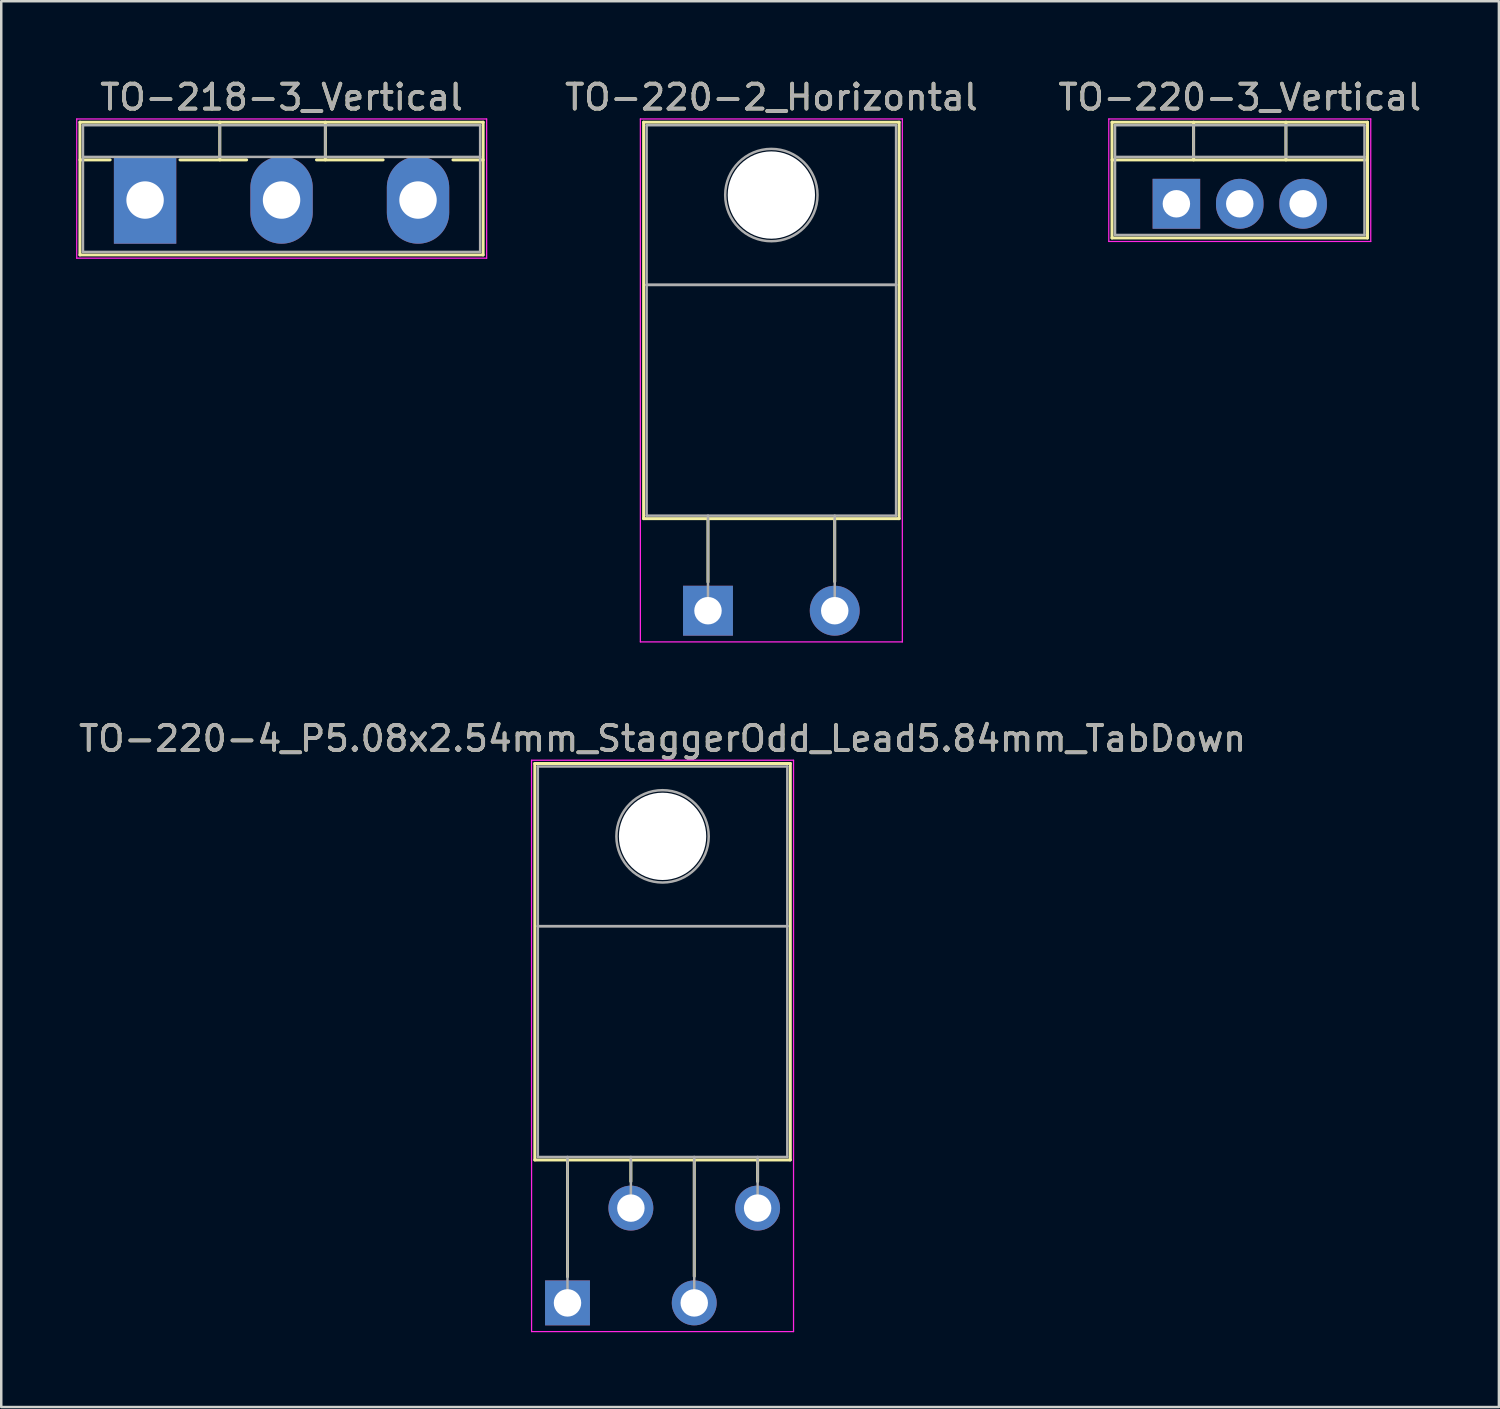
<source format=kicad_pcb>
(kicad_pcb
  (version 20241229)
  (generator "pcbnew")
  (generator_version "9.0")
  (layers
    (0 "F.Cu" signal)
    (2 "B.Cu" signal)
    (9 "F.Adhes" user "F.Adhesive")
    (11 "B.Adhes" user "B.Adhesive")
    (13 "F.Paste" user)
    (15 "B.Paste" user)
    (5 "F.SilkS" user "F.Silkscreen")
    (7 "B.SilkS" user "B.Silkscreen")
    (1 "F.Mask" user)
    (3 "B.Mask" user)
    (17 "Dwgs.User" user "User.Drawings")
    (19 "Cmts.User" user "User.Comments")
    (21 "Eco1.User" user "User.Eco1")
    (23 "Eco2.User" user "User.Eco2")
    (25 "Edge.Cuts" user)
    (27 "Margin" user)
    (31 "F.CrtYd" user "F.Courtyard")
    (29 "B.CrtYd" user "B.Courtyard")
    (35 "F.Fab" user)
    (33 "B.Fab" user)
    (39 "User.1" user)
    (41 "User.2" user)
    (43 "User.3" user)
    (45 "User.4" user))
  (footprint "TO-220-2_Horizontal"
    (layer "F.Cu")
    (at 25.327 21.428)
    (property "Reference" "TO-220-2_Horizontal" (at 2.54 -20.58 0) (layer "F.SilkS") (effects (font (size 1 1) (thickness 0.15))))
    (attr through_hole)
    (fp_line (start -2.58 -19.58) (end -2.58 -3.69) (stroke (width 0.12) (type solid)) (layer "F.SilkS"))
    (fp_line (start -2.58 -19.58) (end 7.66 -19.58) (stroke (width 0.12) (type solid)) (layer "F.SilkS"))
    (fp_line (start -2.58 -3.69) (end 7.66 -3.69) (stroke (width 0.12) (type solid)) (layer "F.SilkS"))
    (fp_line (start 0 -3.69) (end 0 -1.15) (stroke (width 0.12) (type solid)) (layer "F.SilkS"))
    (fp_line (start 5.08 -3.69) (end 5.08 -1.165) (stroke (width 0.12) (type solid)) (layer "F.SilkS"))
    (fp_line (start 7.66 -19.58) (end 7.66 -3.69) (stroke (width 0.12) (type solid)) (layer "F.SilkS"))
    (fp_line (start -2.71 -19.71) (end -2.71 1.25) (stroke (width 0.05) (type solid)) (layer "F.CrtYd"))
    (fp_line (start -2.71 1.25) (end 7.79 1.25) (stroke (width 0.05) (type solid)) (layer "F.CrtYd"))
    (fp_line (start 7.79 -19.71) (end -2.71 -19.71) (stroke (width 0.05) (type solid)) (layer "F.CrtYd"))
    (fp_line (start 7.79 1.25) (end 7.79 -19.71) (stroke (width 0.05) (type solid)) (layer "F.CrtYd"))
    (fp_line (start -2.46 -19.46) (end 7.54 -19.46) (stroke (width 0.1) (type solid)) (layer "F.Fab"))
    (fp_line (start -2.46 -13.06) (end -2.46 -19.46) (stroke (width 0.1) (type solid)) (layer "F.Fab"))
    (fp_line (start -2.46 -13.06) (end 7.54 -13.06) (stroke (width 0.1) (type solid)) (layer "F.Fab"))
    (fp_line (start -2.46 -3.81) (end -2.46 -13.06) (stroke (width 0.1) (type solid)) (layer "F.Fab"))
    (fp_line (start 0 -3.81) (end 0 0) (stroke (width 0.1) (type solid)) (layer "F.Fab"))
    (fp_line (start 5.08 -3.81) (end 5.08 0) (stroke (width 0.1) (type solid)) (layer "F.Fab"))
    (fp_line (start 7.54 -19.46) (end 7.54 -13.06) (stroke (width 0.1) (type solid)) (layer "F.Fab"))
    (fp_line (start 7.54 -13.06) (end -2.46 -13.06) (stroke (width 0.1) (type solid)) (layer "F.Fab"))
    (fp_line (start 7.54 -13.06) (end 7.54 -3.81) (stroke (width 0.1) (type solid)) (layer "F.Fab"))
    (fp_line (start 7.54 -3.81) (end -2.46 -3.81) (stroke (width 0.1) (type solid)) (layer "F.Fab"))
    (fp_circle (center 2.54 -16.66) (end 4.39 -16.66) (stroke (width 0.1) (type solid)) (fill no) (layer "F.Fab"))
    (fp_text user "${REFERENCE}" (at 2.54 -20.58 0) (layer "F.Fab") (effects (font (size 1 1) (thickness 0.15))))
    (pad "" np_thru_hole oval (at 2.54 -16.66) (size 3.5 3.5) (drill 3.5) (layers "*.Cu" "*.Mask"))
    (pad "1" thru_hole rect (at 0 0) (size 2 2) (drill 1.1) (layers "*.Cu" "*.Mask"))
    (pad "2" thru_hole oval (at 5.08 0) (size 2 2) (drill 1.1) (layers "*.Cu" "*.Mask")))
  (footprint "TO-218-3_Vertical"
    (layer "F.Cu")
    (at 2.765 4.968)
    (property "Reference" "TO-218-3_Vertical" (at 5.47 -4.12 0) (layer "F.SilkS") (effects (font (size 1 1) (thickness 0.15))))
    (attr through_hole)
    (fp_line (start -2.611 -3.12) (end -2.611 2.2) (stroke (width 0.12) (type solid)) (layer "F.SilkS"))
    (fp_line (start -2.611 -3.12) (end 13.55 -3.12) (stroke (width 0.12) (type solid)) (layer "F.SilkS"))
    (fp_line (start -2.611 -1.61) (end -1.4 -1.61) (stroke (width 0.12) (type solid)) (layer "F.SilkS"))
    (fp_line (start -2.611 2.2) (end 13.55 2.2) (stroke (width 0.12) (type solid)) (layer "F.SilkS"))
    (fp_line (start 1.4 -1.61) (end 4.07 -1.61) (stroke (width 0.12) (type solid)) (layer "F.SilkS"))
    (fp_line (start 2.995 -3.12) (end 2.995 -1.61) (stroke (width 0.12) (type solid)) (layer "F.SilkS"))
    (fp_line (start 6.87 -1.61) (end 9.54 -1.61) (stroke (width 0.12) (type solid)) (layer "F.SilkS"))
    (fp_line (start 7.225 -3.12) (end 7.225 -1.61) (stroke (width 0.12) (type solid)) (layer "F.SilkS"))
    (fp_line (start 12.34 -1.61) (end 13.55 -1.61) (stroke (width 0.12) (type solid)) (layer "F.SilkS"))
    (fp_line (start 13.55 -3.12) (end 13.55 2.2) (stroke (width 0.12) (type solid)) (layer "F.SilkS"))
    (fp_line (start -2.74 -3.25) (end -2.74 2.33) (stroke (width 0.05) (type solid)) (layer "F.CrtYd"))
    (fp_line (start -2.74 2.33) (end 13.69 2.33) (stroke (width 0.05) (type solid)) (layer "F.CrtYd"))
    (fp_line (start 13.69 -3.25) (end -2.74 -3.25) (stroke (width 0.05) (type solid)) (layer "F.CrtYd"))
    (fp_line (start 13.69 2.33) (end 13.69 -3.25) (stroke (width 0.05) (type solid)) (layer "F.CrtYd"))
    (fp_line (start -2.49 -3) (end -2.49 2.08) (stroke (width 0.1) (type solid)) (layer "F.Fab"))
    (fp_line (start -2.49 -1.73) (end 13.43 -1.73) (stroke (width 0.1) (type solid)) (layer "F.Fab"))
    (fp_line (start -2.49 2.08) (end 13.43 2.08) (stroke (width 0.1) (type solid)) (layer "F.Fab"))
    (fp_line (start 2.995 -3) (end 2.995 -1.73) (stroke (width 0.1) (type solid)) (layer "F.Fab"))
    (fp_line (start 7.225 -3) (end 7.225 -1.73) (stroke (width 0.1) (type solid)) (layer "F.Fab"))
    (fp_line (start 13.43 -3) (end -2.49 -3) (stroke (width 0.1) (type solid)) (layer "F.Fab"))
    (fp_line (start 13.43 2.08) (end 13.43 -3) (stroke (width 0.1) (type solid)) (layer "F.Fab"))
    (fp_text user "${REFERENCE}" (at 5.47 -4.12 0) (layer "F.Fab") (effects (font (size 1 1) (thickness 0.15))))
    (pad "1" thru_hole rect (at 0 0) (size 2.5 3.5) (drill 1.5) (layers "*.Cu" "*.Mask"))
    (pad "2" thru_hole oval (at 5.47 0) (size 2.5 3.5) (drill 1.5) (layers "*.Cu" "*.Mask"))
    (pad "3" thru_hole oval (at 10.94 0) (size 2.5 3.5) (drill 1.5) (layers "*.Cu" "*.Mask")))
  (footprint "TO-220-4_P5.08x2.54mm_StaggerOdd_Lead5.84mm_TabDown"
    (layer "F.Cu")
    (at 19.696 49.172)
    (property "Reference" "TO-220-4_P5.08x2.54mm_StaggerOdd_Lead5.84mm_TabDown" (at 3.81 -22.62 0) (layer "F.SilkS") (effects (font (size 1 1) (thickness 0.15))))
    (attr through_hole)
    (fp_line (start -1.31 -21.62) (end -1.31 -5.73) (stroke (width 0.12) (type solid)) (layer "F.SilkS"))
    (fp_line (start -1.31 -21.62) (end 8.93 -21.62) (stroke (width 0.12) (type solid)) (layer "F.SilkS"))
    (fp_line (start -1.31 -5.73) (end 8.93 -5.73) (stroke (width 0.12) (type solid)) (layer "F.SilkS"))
    (fp_line (start 0 -5.73) (end 0 -1.05) (stroke (width 0.12) (type solid)) (layer "F.SilkS"))
    (fp_line (start 2.54 -5.73) (end 2.54 -4.866) (stroke (width 0.12) (type solid)) (layer "F.SilkS"))
    (fp_line (start 5.08 -5.73) (end 5.08 -1.065) (stroke (width 0.12) (type solid)) (layer "F.SilkS"))
    (fp_line (start 7.62 -5.73) (end 7.62 -4.866) (stroke (width 0.12) (type solid)) (layer "F.SilkS"))
    (fp_line (start 8.93 -21.62) (end 8.93 -5.73) (stroke (width 0.12) (type solid)) (layer "F.SilkS"))
    (fp_line (start -1.44 -21.75) (end -1.44 1.15) (stroke (width 0.05) (type solid)) (layer "F.CrtYd"))
    (fp_line (start -1.44 1.15) (end 9.06 1.15) (stroke (width 0.05) (type solid)) (layer "F.CrtYd"))
    (fp_line (start 9.06 -21.75) (end -1.44 -21.75) (stroke (width 0.05) (type solid)) (layer "F.CrtYd"))
    (fp_line (start 9.06 1.15) (end 9.06 -21.75) (stroke (width 0.05) (type solid)) (layer "F.CrtYd"))
    (fp_line (start -1.19 -21.5) (end 8.81 -21.5) (stroke (width 0.1) (type solid)) (layer "F.Fab"))
    (fp_line (start -1.19 -15.1) (end -1.19 -21.5) (stroke (width 0.1) (type solid)) (layer "F.Fab"))
    (fp_line (start -1.19 -15.1) (end 8.81 -15.1) (stroke (width 0.1) (type solid)) (layer "F.Fab"))
    (fp_line (start -1.19 -5.85) (end -1.19 -15.1) (stroke (width 0.1) (type solid)) (layer "F.Fab"))
    (fp_line (start 0 -5.85) (end 0 0) (stroke (width 0.1) (type solid)) (layer "F.Fab"))
    (fp_line (start 2.54 -5.85) (end 2.54 -3.8) (stroke (width 0.1) (type solid)) (layer "F.Fab"))
    (fp_line (start 5.08 -5.85) (end 5.08 0) (stroke (width 0.1) (type solid)) (layer "F.Fab"))
    (fp_line (start 7.62 -5.85) (end 7.62 -3.8) (stroke (width 0.1) (type solid)) (layer "F.Fab"))
    (fp_line (start 8.81 -21.5) (end 8.81 -15.1) (stroke (width 0.1) (type solid)) (layer "F.Fab"))
    (fp_line (start 8.81 -15.1) (end -1.19 -15.1) (stroke (width 0.1) (type solid)) (layer "F.Fab"))
    (fp_line (start 8.81 -15.1) (end 8.81 -5.85) (stroke (width 0.1) (type solid)) (layer "F.Fab"))
    (fp_line (start 8.81 -5.85) (end -1.19 -5.85) (stroke (width 0.1) (type solid)) (layer "F.Fab"))
    (fp_circle (center 3.81 -18.7) (end 5.66 -18.7) (stroke (width 0.1) (type solid)) (fill no) (layer "F.Fab"))
    (fp_text user "${REFERENCE}" (at 3.81 -22.62 0) (layer "F.Fab") (effects (font (size 1 1) (thickness 0.15))))
    (pad "" np_thru_hole oval (at 3.81 -18.7) (size 3.5 3.5) (drill 3.5) (layers "*.Cu" "*.Mask"))
    (pad "1" thru_hole rect (at 0 0) (size 1.8 1.8) (drill 1.1) (layers "*.Cu" "*.Mask"))
    (pad "2" thru_hole oval (at 2.54 -3.8) (size 1.8 1.8) (drill 1.1) (layers "*.Cu" "*.Mask"))
    (pad "3" thru_hole oval (at 5.08 0) (size 1.8 1.8) (drill 1.1) (layers "*.Cu" "*.Mask"))
    (pad "4" thru_hole oval (at 7.62 -3.8) (size 1.8 1.8) (drill 1.1) (layers "*.Cu" "*.Mask")))
  (footprint "TO-220-3_Vertical"
    (layer "F.Cu")
    (at 44.101 5.118)
    (property "Reference" "TO-220-3_Vertical" (at 2.54 -4.27 0) (layer "F.SilkS") (effects (font (size 1 1) (thickness 0.15))))
    (attr through_hole)
    (fp_line (start -2.58 -3.27) (end -2.58 1.371) (stroke (width 0.12) (type solid)) (layer "F.SilkS"))
    (fp_line (start -2.58 -3.27) (end 7.66 -3.27) (stroke (width 0.12) (type solid)) (layer "F.SilkS"))
    (fp_line (start -2.58 -1.76) (end 7.66 -1.76) (stroke (width 0.12) (type solid)) (layer "F.SilkS"))
    (fp_line (start -2.58 1.371) (end 7.66 1.371) (stroke (width 0.12) (type solid)) (layer "F.SilkS"))
    (fp_line (start 0.69 -3.27) (end 0.69 -1.76) (stroke (width 0.12) (type solid)) (layer "F.SilkS"))
    (fp_line (start 4.391 -3.27) (end 4.391 -1.76) (stroke (width 0.12) (type solid)) (layer "F.SilkS"))
    (fp_line (start 7.66 -3.27) (end 7.66 1.371) (stroke (width 0.12) (type solid)) (layer "F.SilkS"))
    (fp_line (start -2.71 -3.4) (end -2.71 1.51) (stroke (width 0.05) (type solid)) (layer "F.CrtYd"))
    (fp_line (start -2.71 1.51) (end 7.79 1.51) (stroke (width 0.05) (type solid)) (layer "F.CrtYd"))
    (fp_line (start 7.79 -3.4) (end -2.71 -3.4) (stroke (width 0.05) (type solid)) (layer "F.CrtYd"))
    (fp_line (start 7.79 1.51) (end 7.79 -3.4) (stroke (width 0.05) (type solid)) (layer "F.CrtYd"))
    (fp_line (start -2.46 -3.15) (end -2.46 1.25) (stroke (width 0.1) (type solid)) (layer "F.Fab"))
    (fp_line (start -2.46 -1.88) (end 7.54 -1.88) (stroke (width 0.1) (type solid)) (layer "F.Fab"))
    (fp_line (start -2.46 1.25) (end 7.54 1.25) (stroke (width 0.1) (type solid)) (layer "F.Fab"))
    (fp_line (start 0.69 -3.15) (end 0.69 -1.88) (stroke (width 0.1) (type solid)) (layer "F.Fab"))
    (fp_line (start 4.39 -3.15) (end 4.39 -1.88) (stroke (width 0.1) (type solid)) (layer "F.Fab"))
    (fp_line (start 7.54 -3.15) (end -2.46 -3.15) (stroke (width 0.1) (type solid)) (layer "F.Fab"))
    (fp_line (start 7.54 1.25) (end 7.54 -3.15) (stroke (width 0.1) (type solid)) (layer "F.Fab"))
    (fp_text user "${REFERENCE}" (at 2.54 -4.27 0) (layer "F.Fab") (effects (font (size 1 1) (thickness 0.15))))
    (pad "1" thru_hole rect (at 0 0) (size 1.905 2) (drill 1.1) (layers "*.Cu" "*.Mask"))
    (pad "2" thru_hole oval (at 2.54 0) (size 1.905 2) (drill 1.1) (layers "*.Cu" "*.Mask"))
    (pad "3" thru_hole oval (at 5.08 0) (size 1.905 2) (drill 1.1) (layers "*.Cu" "*.Mask")))
  (gr_rect
    (start -3 -3)
    (end 57.028 53.346)
    (stroke (width 0.1) (type default))
    (fill no)
    (layer "Edge.Cuts")))
</source>
